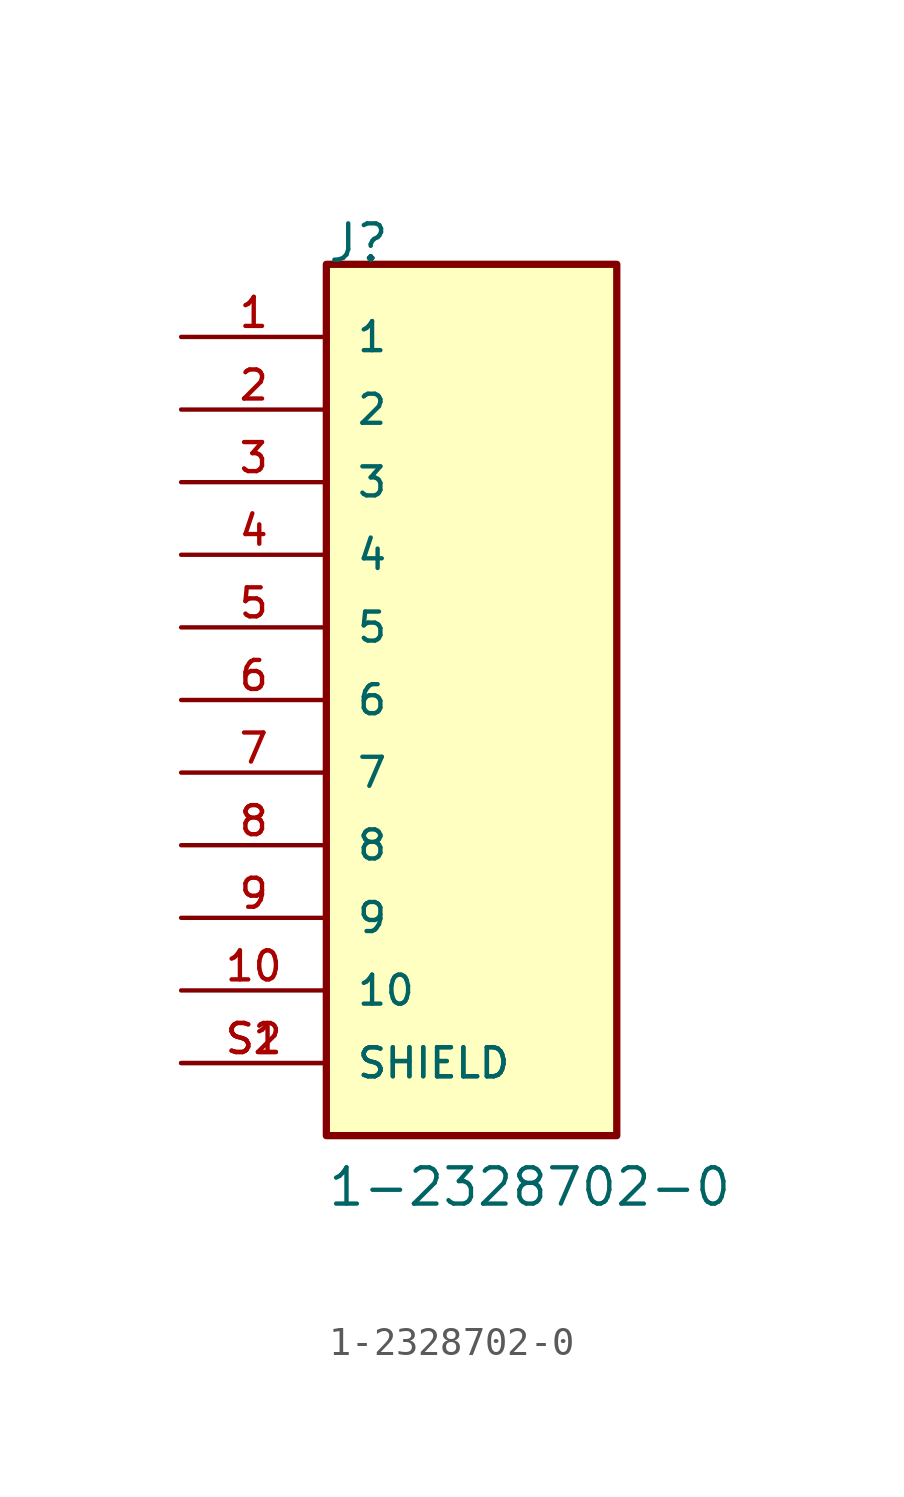
<source format=kicad_sym>
(kicad_symbol_lib
  (version 20211014)
  (generator kicad_symbol_editor)
  (symbol "1-2328702-0"
    (pin_names
      (offset 1.016))
    (property "Reference" "J"
      (at -5.08 15.24 0)
      (effects (font (size 1.27 1.27)) (justify bottom left)))
    (property "Value" "1-2328702-0"
      (at -5.08 -17.78 0)
      (effects (font (size 1.27 1.27)) (justify bottom left)))
    (symbol "1-2328702-0_0_0"
      (rectangle (start -5.08 -15.24) (end 5.08 15.24) (stroke (width 0.254)) (fill (type background)))
      (pin passive line (at -10.16 12.7 0) (length 5.08) (name "1" (effects (font (size 1.016 1.016)))) (number "1" (effects (font (size 1.016 1.016)))))
      (pin passive line (at -10.16 10.16 0) (length 5.08) (name "2" (effects (font (size 1.016 1.016)))) (number "2" (effects (font (size 1.016 1.016)))))
      (pin passive line (at -10.16 7.62 0) (length 5.08) (name "3" (effects (font (size 1.016 1.016)))) (number "3" (effects (font (size 1.016 1.016)))))
      (pin passive line (at -10.16 5.08 0) (length 5.08) (name "4" (effects (font (size 1.016 1.016)))) (number "4" (effects (font (size 1.016 1.016)))))
      (pin passive line (at -10.16 2.54 0) (length 5.08) (name "5" (effects (font (size 1.016 1.016)))) (number "5" (effects (font (size 1.016 1.016)))))
      (pin passive line (at -10.16 0.0 0) (length 5.08) (name "6" (effects (font (size 1.016 1.016)))) (number "6" (effects (font (size 1.016 1.016)))))
      (pin passive line (at -10.16 -2.54 0) (length 5.08) (name "7" (effects (font (size 1.016 1.016)))) (number "7" (effects (font (size 1.016 1.016)))))
      (pin passive line (at -10.16 -5.08 0) (length 5.08) (name "8" (effects (font (size 1.016 1.016)))) (number "8" (effects (font (size 1.016 1.016)))))
      (pin passive line (at -10.16 -7.62 0) (length 5.08) (name "9" (effects (font (size 1.016 1.016)))) (number "9" (effects (font (size 1.016 1.016)))))
      (pin passive line (at -10.16 -10.16 0) (length 5.08) (name "10" (effects (font (size 1.016 1.016)))) (number "10" (effects (font (size 1.016 1.016)))))
      (pin passive line (at -10.16 -12.7 0) (length 5.08) (name "SHIELD" (effects (font (size 1.016 1.016)))) (number "S1" (effects (font (size 1.016 1.016)))))
      (pin passive line (at -10.16 -12.7 0) (length 5.08) (name "SHIELD" (effects (font (size 1.016 1.016)))) (number "S2" (effects (font (size 1.016 1.016))))))))
</source>
